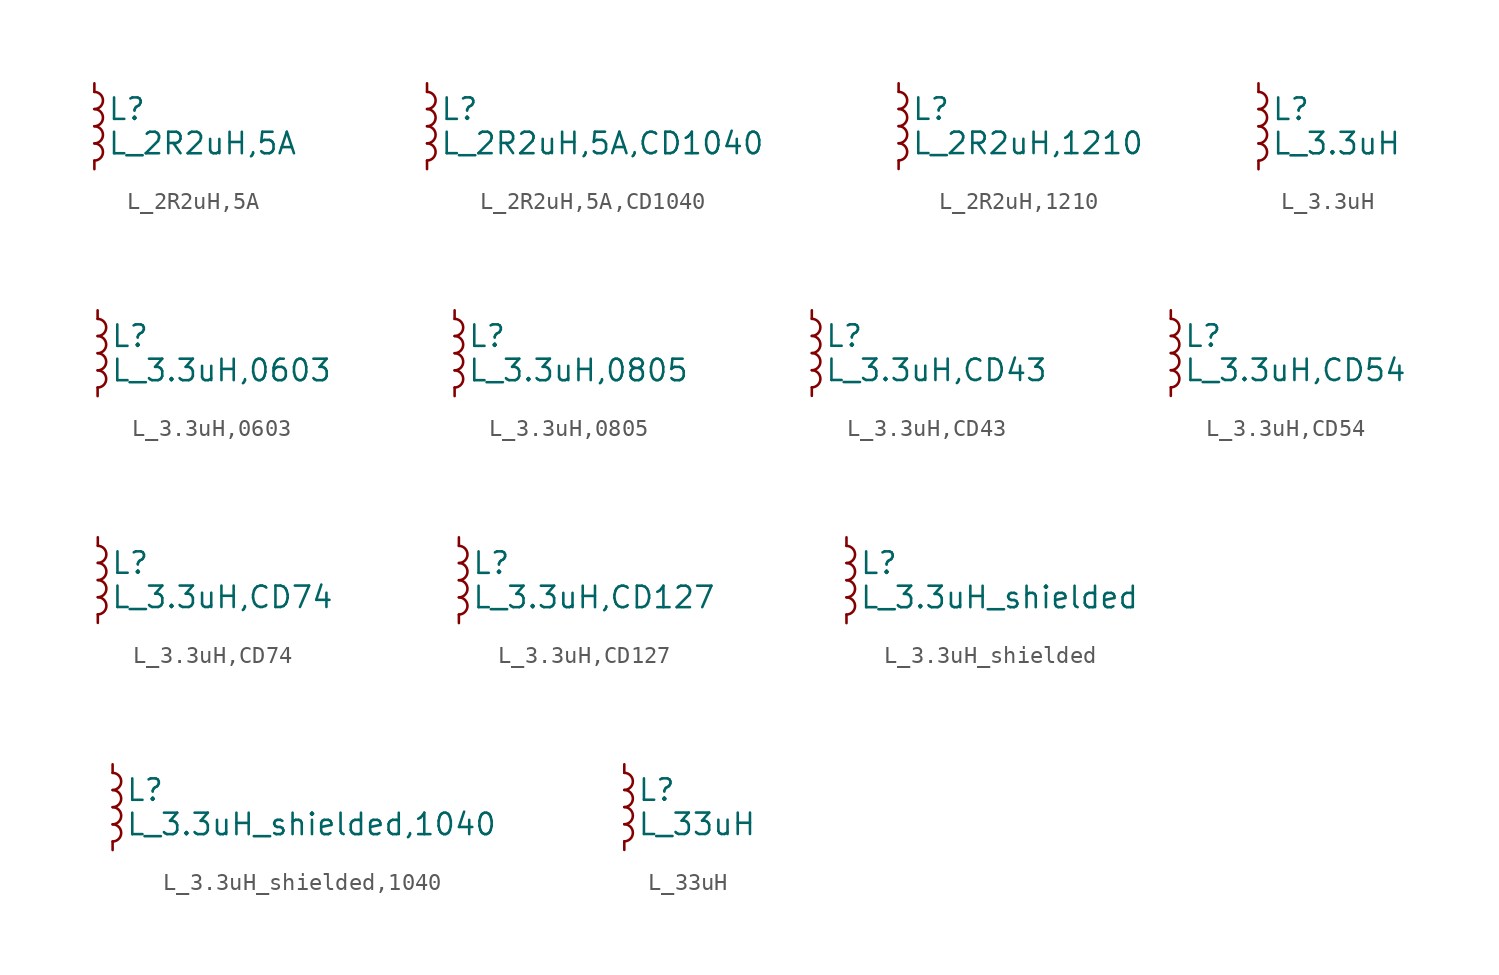
<source format=kicad_sym>
(kicad_symbol_lib
  (version 20211014)
  (generator kicad_symbol_editor)
  (symbol "L_2R2uH,5A"
    (pin_numbers hide)
    (pin_names
      (offset 0.254) hide)
    (property "Reference" "L"
      (at 0.762 1.016 0)
      (effects (font (size 1.27 1.27)) (justify left)))
    (property "Value" "L_2R2uH,5A"
      (at 0.762 -1.016 0)
      (effects (font (size 1.27 1.27)) (justify left)))
    (symbol "L_2R2uH,5A_0_1"
      (arc (start 0 -2.032) (mid 0.508 -1.524) (end 0 -1.016) (stroke (width 0) (type default) (color 0 0 0 0)) (fill (type none)))
      (arc (start 0 -1.016) (mid 0.508 -0.508) (end 0 0) (stroke (width 0) (type default) (color 0 0 0 0)) (fill (type none)))
      (arc (start 0 0) (mid 0.508 0.508) (end 0 1.016) (stroke (width 0) (type default) (color 0 0 0 0)) (fill (type none)))
      (arc (start 0 1.016) (mid 0.508 1.524) (end 0 2.032) (stroke (width 0) (type default) (color 0 0 0 0)) (fill (type none))))
    (symbol "L_2R2uH,5A_1_1"
      (pin passive line (at 0 2.54 270) (length 0.508) (name "~" (effects (font (size 1.27 1.27)))) (number "1" (effects (font (size 1.27 1.27)))))
      (pin passive line (at 0 -2.54 90) (length 0.508) (name "~" (effects (font (size 1.27 1.27)))) (number "2" (effects (font (size 1.27 1.27)))))))
  (symbol "L_2R2uH,5A,CD1040"
    (pin_numbers hide)
    (pin_names
      (offset 0.254) hide)
    (property "Reference" "L"
      (at 0.762 1.016 0)
      (effects (font (size 1.27 1.27)) (justify left)))
    (property "Value" "L_2R2uH,5A,CD1040"
      (at 0.762 -1.016 0)
      (effects (font (size 1.27 1.27)) (justify left)))
    (symbol "L_2R2uH,5A,CD1040_0_1"
      (arc (start 0 -2.032) (mid 0.508 -1.524) (end 0 -1.016) (stroke (width 0) (type default) (color 0 0 0 0)) (fill (type none)))
      (arc (start 0 -1.016) (mid 0.508 -0.508) (end 0 0) (stroke (width 0) (type default) (color 0 0 0 0)) (fill (type none)))
      (arc (start 0 0) (mid 0.508 0.508) (end 0 1.016) (stroke (width 0) (type default) (color 0 0 0 0)) (fill (type none)))
      (arc (start 0 1.016) (mid 0.508 1.524) (end 0 2.032) (stroke (width 0) (type default) (color 0 0 0 0)) (fill (type none))))
    (symbol "L_2R2uH,5A,CD1040_1_1"
      (pin passive line (at 0 2.54 270) (length 0.508) (name "~" (effects (font (size 1.27 1.27)))) (number "1" (effects (font (size 1.27 1.27)))))
      (pin passive line (at 0 -2.54 90) (length 0.508) (name "~" (effects (font (size 1.27 1.27)))) (number "2" (effects (font (size 1.27 1.27)))))))
  (symbol "L_2R2uH,1210"
    (pin_numbers hide)
    (pin_names
      (offset 0.254) hide)
    (property "Reference" "L"
      (at 0.762 1.016 0)
      (effects (font (size 1.27 1.27)) (justify left)))
    (property "Value" "L_2R2uH,1210"
      (at 0.762 -1.016 0)
      (effects (font (size 1.27 1.27)) (justify left)))
    (symbol "L_2R2uH,1210_0_1"
      (arc (start 0 -2.032) (mid 0.508 -1.524) (end 0 -1.016) (stroke (width 0) (type default) (color 0 0 0 0)) (fill (type none)))
      (arc (start 0 -1.016) (mid 0.508 -0.508) (end 0 0) (stroke (width 0) (type default) (color 0 0 0 0)) (fill (type none)))
      (arc (start 0 0) (mid 0.508 0.508) (end 0 1.016) (stroke (width 0) (type default) (color 0 0 0 0)) (fill (type none)))
      (arc (start 0 1.016) (mid 0.508 1.524) (end 0 2.032) (stroke (width 0) (type default) (color 0 0 0 0)) (fill (type none))))
    (symbol "L_2R2uH,1210_1_1"
      (pin passive line (at 0 2.54 270) (length 0.508) (name "~" (effects (font (size 1.27 1.27)))) (number "1" (effects (font (size 1.27 1.27)))))
      (pin passive line (at 0 -2.54 90) (length 0.508) (name "~" (effects (font (size 1.27 1.27)))) (number "2" (effects (font (size 1.27 1.27)))))))
  (symbol "L_3.3uH"
    (pin_numbers hide)
    (pin_names
      (offset 0.254) hide)
    (property "Reference" "L"
      (at 0.762 1.016 0)
      (effects (font (size 1.27 1.27)) (justify left)))
    (property "Value" "L_3.3uH"
      (at 0.762 -1.016 0)
      (effects (font (size 1.27 1.27)) (justify left)))
    (symbol "L_3.3uH_0_1"
      (arc (start 0 -2.032) (mid 0.508 -1.524) (end 0 -1.016) (stroke (width 0) (type default) (color 0 0 0 0)) (fill (type none)))
      (arc (start 0 -1.016) (mid 0.508 -0.508) (end 0 0) (stroke (width 0) (type default) (color 0 0 0 0)) (fill (type none)))
      (arc (start 0 0) (mid 0.508 0.508) (end 0 1.016) (stroke (width 0) (type default) (color 0 0 0 0)) (fill (type none)))
      (arc (start 0 1.016) (mid 0.508 1.524) (end 0 2.032) (stroke (width 0) (type default) (color 0 0 0 0)) (fill (type none))))
    (symbol "L_3.3uH_1_1"
      (pin passive line (at 0 2.54 270) (length 0.508) (name "~" (effects (font (size 1.27 1.27)))) (number "1" (effects (font (size 1.27 1.27)))))
      (pin passive line (at 0 -2.54 90) (length 0.508) (name "~" (effects (font (size 1.27 1.27)))) (number "2" (effects (font (size 1.27 1.27)))))))
  (symbol "L_3.3uH,0603"
    (pin_numbers hide)
    (pin_names
      (offset 0.254) hide)
    (property "Reference" "L"
      (at 0.762 1.016 0)
      (effects (font (size 1.27 1.27)) (justify left)))
    (property "Value" "L_3.3uH,0603"
      (at 0.762 -1.016 0)
      (effects (font (size 1.27 1.27)) (justify left)))
    (symbol "L_3.3uH,0603_0_1"
      (arc (start 0 -2.032) (mid 0.508 -1.524) (end 0 -1.016) (stroke (width 0) (type default) (color 0 0 0 0)) (fill (type none)))
      (arc (start 0 -1.016) (mid 0.508 -0.508) (end 0 0) (stroke (width 0) (type default) (color 0 0 0 0)) (fill (type none)))
      (arc (start 0 0) (mid 0.508 0.508) (end 0 1.016) (stroke (width 0) (type default) (color 0 0 0 0)) (fill (type none)))
      (arc (start 0 1.016) (mid 0.508 1.524) (end 0 2.032) (stroke (width 0) (type default) (color 0 0 0 0)) (fill (type none))))
    (symbol "L_3.3uH,0603_1_1"
      (pin passive line (at 0 2.54 270) (length 0.508) (name "~" (effects (font (size 1.27 1.27)))) (number "1" (effects (font (size 1.27 1.27)))))
      (pin passive line (at 0 -2.54 90) (length 0.508) (name "~" (effects (font (size 1.27 1.27)))) (number "2" (effects (font (size 1.27 1.27)))))))
  (symbol "L_3.3uH,0805"
    (pin_numbers hide)
    (pin_names
      (offset 0.254) hide)
    (property "Reference" "L"
      (at 0.762 1.016 0)
      (effects (font (size 1.27 1.27)) (justify left)))
    (property "Value" "L_3.3uH,0805"
      (at 0.762 -1.016 0)
      (effects (font (size 1.27 1.27)) (justify left)))
    (symbol "L_3.3uH,0805_0_1"
      (arc (start 0 -2.032) (mid 0.508 -1.524) (end 0 -1.016) (stroke (width 0) (type default) (color 0 0 0 0)) (fill (type none)))
      (arc (start 0 -1.016) (mid 0.508 -0.508) (end 0 0) (stroke (width 0) (type default) (color 0 0 0 0)) (fill (type none)))
      (arc (start 0 0) (mid 0.508 0.508) (end 0 1.016) (stroke (width 0) (type default) (color 0 0 0 0)) (fill (type none)))
      (arc (start 0 1.016) (mid 0.508 1.524) (end 0 2.032) (stroke (width 0) (type default) (color 0 0 0 0)) (fill (type none))))
    (symbol "L_3.3uH,0805_1_1"
      (pin passive line (at 0 2.54 270) (length 0.508) (name "~" (effects (font (size 1.27 1.27)))) (number "1" (effects (font (size 1.27 1.27)))))
      (pin passive line (at 0 -2.54 90) (length 0.508) (name "~" (effects (font (size 1.27 1.27)))) (number "2" (effects (font (size 1.27 1.27)))))))
  (symbol "L_3.3uH,CD43"
    (pin_numbers hide)
    (pin_names
      (offset 0.254) hide)
    (property "Reference" "L"
      (at 0.762 1.016 0)
      (effects (font (size 1.27 1.27)) (justify left)))
    (property "Value" "L_3.3uH,CD43"
      (at 0.762 -1.016 0)
      (effects (font (size 1.27 1.27)) (justify left)))
    (symbol "L_3.3uH,CD43_0_1"
      (arc (start 0 -2.032) (mid 0.508 -1.524) (end 0 -1.016) (stroke (width 0) (type default) (color 0 0 0 0)) (fill (type none)))
      (arc (start 0 -1.016) (mid 0.508 -0.508) (end 0 0) (stroke (width 0) (type default) (color 0 0 0 0)) (fill (type none)))
      (arc (start 0 0) (mid 0.508 0.508) (end 0 1.016) (stroke (width 0) (type default) (color 0 0 0 0)) (fill (type none)))
      (arc (start 0 1.016) (mid 0.508 1.524) (end 0 2.032) (stroke (width 0) (type default) (color 0 0 0 0)) (fill (type none))))
    (symbol "L_3.3uH,CD43_1_1"
      (pin passive line (at 0 2.54 270) (length 0.508) (name "~" (effects (font (size 1.27 1.27)))) (number "1" (effects (font (size 1.27 1.27)))))
      (pin passive line (at 0 -2.54 90) (length 0.508) (name "~" (effects (font (size 1.27 1.27)))) (number "2" (effects (font (size 1.27 1.27)))))))
  (symbol "L_3.3uH,CD54"
    (pin_numbers hide)
    (pin_names
      (offset 0.254) hide)
    (property "Reference" "L"
      (at 0.762 1.016 0)
      (effects (font (size 1.27 1.27)) (justify left)))
    (property "Value" "L_3.3uH,CD54"
      (at 0.762 -1.016 0)
      (effects (font (size 1.27 1.27)) (justify left)))
    (symbol "L_3.3uH,CD54_0_1"
      (arc (start 0 -2.032) (mid 0.508 -1.524) (end 0 -1.016) (stroke (width 0) (type default) (color 0 0 0 0)) (fill (type none)))
      (arc (start 0 -1.016) (mid 0.508 -0.508) (end 0 0) (stroke (width 0) (type default) (color 0 0 0 0)) (fill (type none)))
      (arc (start 0 0) (mid 0.508 0.508) (end 0 1.016) (stroke (width 0) (type default) (color 0 0 0 0)) (fill (type none)))
      (arc (start 0 1.016) (mid 0.508 1.524) (end 0 2.032) (stroke (width 0) (type default) (color 0 0 0 0)) (fill (type none))))
    (symbol "L_3.3uH,CD54_1_1"
      (pin passive line (at 0 2.54 270) (length 0.508) (name "~" (effects (font (size 1.27 1.27)))) (number "1" (effects (font (size 1.27 1.27)))))
      (pin passive line (at 0 -2.54 90) (length 0.508) (name "~" (effects (font (size 1.27 1.27)))) (number "2" (effects (font (size 1.27 1.27)))))))
  (symbol "L_3.3uH,CD74"
    (pin_numbers hide)
    (pin_names
      (offset 0.254) hide)
    (property "Reference" "L"
      (at 0.762 1.016 0)
      (effects (font (size 1.27 1.27)) (justify left)))
    (property "Value" "L_3.3uH,CD74"
      (at 0.762 -1.016 0)
      (effects (font (size 1.27 1.27)) (justify left)))
    (symbol "L_3.3uH,CD74_0_1"
      (arc (start 0 -2.032) (mid 0.508 -1.524) (end 0 -1.016) (stroke (width 0) (type default) (color 0 0 0 0)) (fill (type none)))
      (arc (start 0 -1.016) (mid 0.508 -0.508) (end 0 0) (stroke (width 0) (type default) (color 0 0 0 0)) (fill (type none)))
      (arc (start 0 0) (mid 0.508 0.508) (end 0 1.016) (stroke (width 0) (type default) (color 0 0 0 0)) (fill (type none)))
      (arc (start 0 1.016) (mid 0.508 1.524) (end 0 2.032) (stroke (width 0) (type default) (color 0 0 0 0)) (fill (type none))))
    (symbol "L_3.3uH,CD74_1_1"
      (pin passive line (at 0 2.54 270) (length 0.508) (name "~" (effects (font (size 1.27 1.27)))) (number "1" (effects (font (size 1.27 1.27)))))
      (pin passive line (at 0 -2.54 90) (length 0.508) (name "~" (effects (font (size 1.27 1.27)))) (number "2" (effects (font (size 1.27 1.27)))))))
  (symbol "L_3.3uH,CD127"
    (pin_numbers hide)
    (pin_names
      (offset 0.254) hide)
    (property "Reference" "L"
      (at 0.762 1.016 0)
      (effects (font (size 1.27 1.27)) (justify left)))
    (property "Value" "L_3.3uH,CD127"
      (at 0.762 -1.016 0)
      (effects (font (size 1.27 1.27)) (justify left)))
    (symbol "L_3.3uH,CD127_0_1"
      (arc (start 0 -2.032) (mid 0.508 -1.524) (end 0 -1.016) (stroke (width 0) (type default) (color 0 0 0 0)) (fill (type none)))
      (arc (start 0 -1.016) (mid 0.508 -0.508) (end 0 0) (stroke (width 0) (type default) (color 0 0 0 0)) (fill (type none)))
      (arc (start 0 0) (mid 0.508 0.508) (end 0 1.016) (stroke (width 0) (type default) (color 0 0 0 0)) (fill (type none)))
      (arc (start 0 1.016) (mid 0.508 1.524) (end 0 2.032) (stroke (width 0) (type default) (color 0 0 0 0)) (fill (type none))))
    (symbol "L_3.3uH,CD127_1_1"
      (pin passive line (at 0 2.54 270) (length 0.508) (name "~" (effects (font (size 1.27 1.27)))) (number "1" (effects (font (size 1.27 1.27)))))
      (pin passive line (at 0 -2.54 90) (length 0.508) (name "~" (effects (font (size 1.27 1.27)))) (number "2" (effects (font (size 1.27 1.27)))))))
  (symbol "L_3.3uH_shielded"
    (pin_numbers hide)
    (pin_names
      (offset 0.254) hide)
    (property "Reference" "L"
      (at 0.762 1.016 0)
      (effects (font (size 1.27 1.27)) (justify left)))
    (property "Value" "L_3.3uH_shielded"
      (at 0.762 -1.016 0)
      (effects (font (size 1.27 1.27)) (justify left)))
    (symbol "L_3.3uH_shielded_0_1"
      (arc (start 0 -2.032) (mid 0.508 -1.524) (end 0 -1.016) (stroke (width 0) (type default) (color 0 0 0 0)) (fill (type none)))
      (arc (start 0 -1.016) (mid 0.508 -0.508) (end 0 0) (stroke (width 0) (type default) (color 0 0 0 0)) (fill (type none)))
      (arc (start 0 0) (mid 0.508 0.508) (end 0 1.016) (stroke (width 0) (type default) (color 0 0 0 0)) (fill (type none)))
      (arc (start 0 1.016) (mid 0.508 1.524) (end 0 2.032) (stroke (width 0) (type default) (color 0 0 0 0)) (fill (type none))))
    (symbol "L_3.3uH_shielded_1_1"
      (pin passive line (at 0 2.54 270) (length 0.508) (name "~" (effects (font (size 1.27 1.27)))) (number "1" (effects (font (size 1.27 1.27)))))
      (pin passive line (at 0 -2.54 90) (length 0.508) (name "~" (effects (font (size 1.27 1.27)))) (number "2" (effects (font (size 1.27 1.27)))))))
  (symbol "L_3.3uH_shielded,1040"
    (pin_numbers hide)
    (pin_names
      (offset 0.254) hide)
    (property "Reference" "L"
      (at 0.762 1.016 0)
      (effects (font (size 1.27 1.27)) (justify left)))
    (property "Value" "L_3.3uH_shielded,1040"
      (at 0.762 -1.016 0)
      (effects (font (size 1.27 1.27)) (justify left)))
    (symbol "L_3.3uH_shielded,1040_0_1"
      (arc (start 0 -2.032) (mid 0.508 -1.524) (end 0 -1.016) (stroke (width 0) (type default) (color 0 0 0 0)) (fill (type none)))
      (arc (start 0 -1.016) (mid 0.508 -0.508) (end 0 0) (stroke (width 0) (type default) (color 0 0 0 0)) (fill (type none)))
      (arc (start 0 0) (mid 0.508 0.508) (end 0 1.016) (stroke (width 0) (type default) (color 0 0 0 0)) (fill (type none)))
      (arc (start 0 1.016) (mid 0.508 1.524) (end 0 2.032) (stroke (width 0) (type default) (color 0 0 0 0)) (fill (type none))))
    (symbol "L_3.3uH_shielded,1040_1_1"
      (pin passive line (at 0 2.54 270) (length 0.508) (name "~" (effects (font (size 1.27 1.27)))) (number "1" (effects (font (size 1.27 1.27)))))
      (pin passive line (at 0 -2.54 90) (length 0.508) (name "~" (effects (font (size 1.27 1.27)))) (number "2" (effects (font (size 1.27 1.27)))))))
  (symbol "L_33uH"
    (pin_numbers hide)
    (pin_names
      (offset 0.254) hide)
    (property "Reference" "L"
      (at 0.762 1.016 0)
      (effects (font (size 1.27 1.27)) (justify left)))
    (property "Value" "L_33uH"
      (at 0.762 -1.016 0)
      (effects (font (size 1.27 1.27)) (justify left)))
    (symbol "L_33uH_0_1"
      (arc (start 0 -2.032) (mid 0.508 -1.524) (end 0 -1.016) (stroke (width 0) (type default) (color 0 0 0 0)) (fill (type none)))
      (arc (start 0 -1.016) (mid 0.508 -0.508) (end 0 0) (stroke (width 0) (type default) (color 0 0 0 0)) (fill (type none)))
      (arc (start 0 0) (mid 0.508 0.508) (end 0 1.016) (stroke (width 0) (type default) (color 0 0 0 0)) (fill (type none)))
      (arc (start 0 1.016) (mid 0.508 1.524) (end 0 2.032) (stroke (width 0) (type default) (color 0 0 0 0)) (fill (type none))))
    (symbol "L_33uH_1_1"
      (pin passive line (at 0 2.54 270) (length 0.508) (name "~" (effects (font (size 1.27 1.27)))) (number "1" (effects (font (size 1.27 1.27)))))
      (pin passive line (at 0 -2.54 90) (length 0.508) (name "~" (effects (font (size 1.27 1.27)))) (number "2" (effects (font (size 1.27 1.27))))))))
</source>
